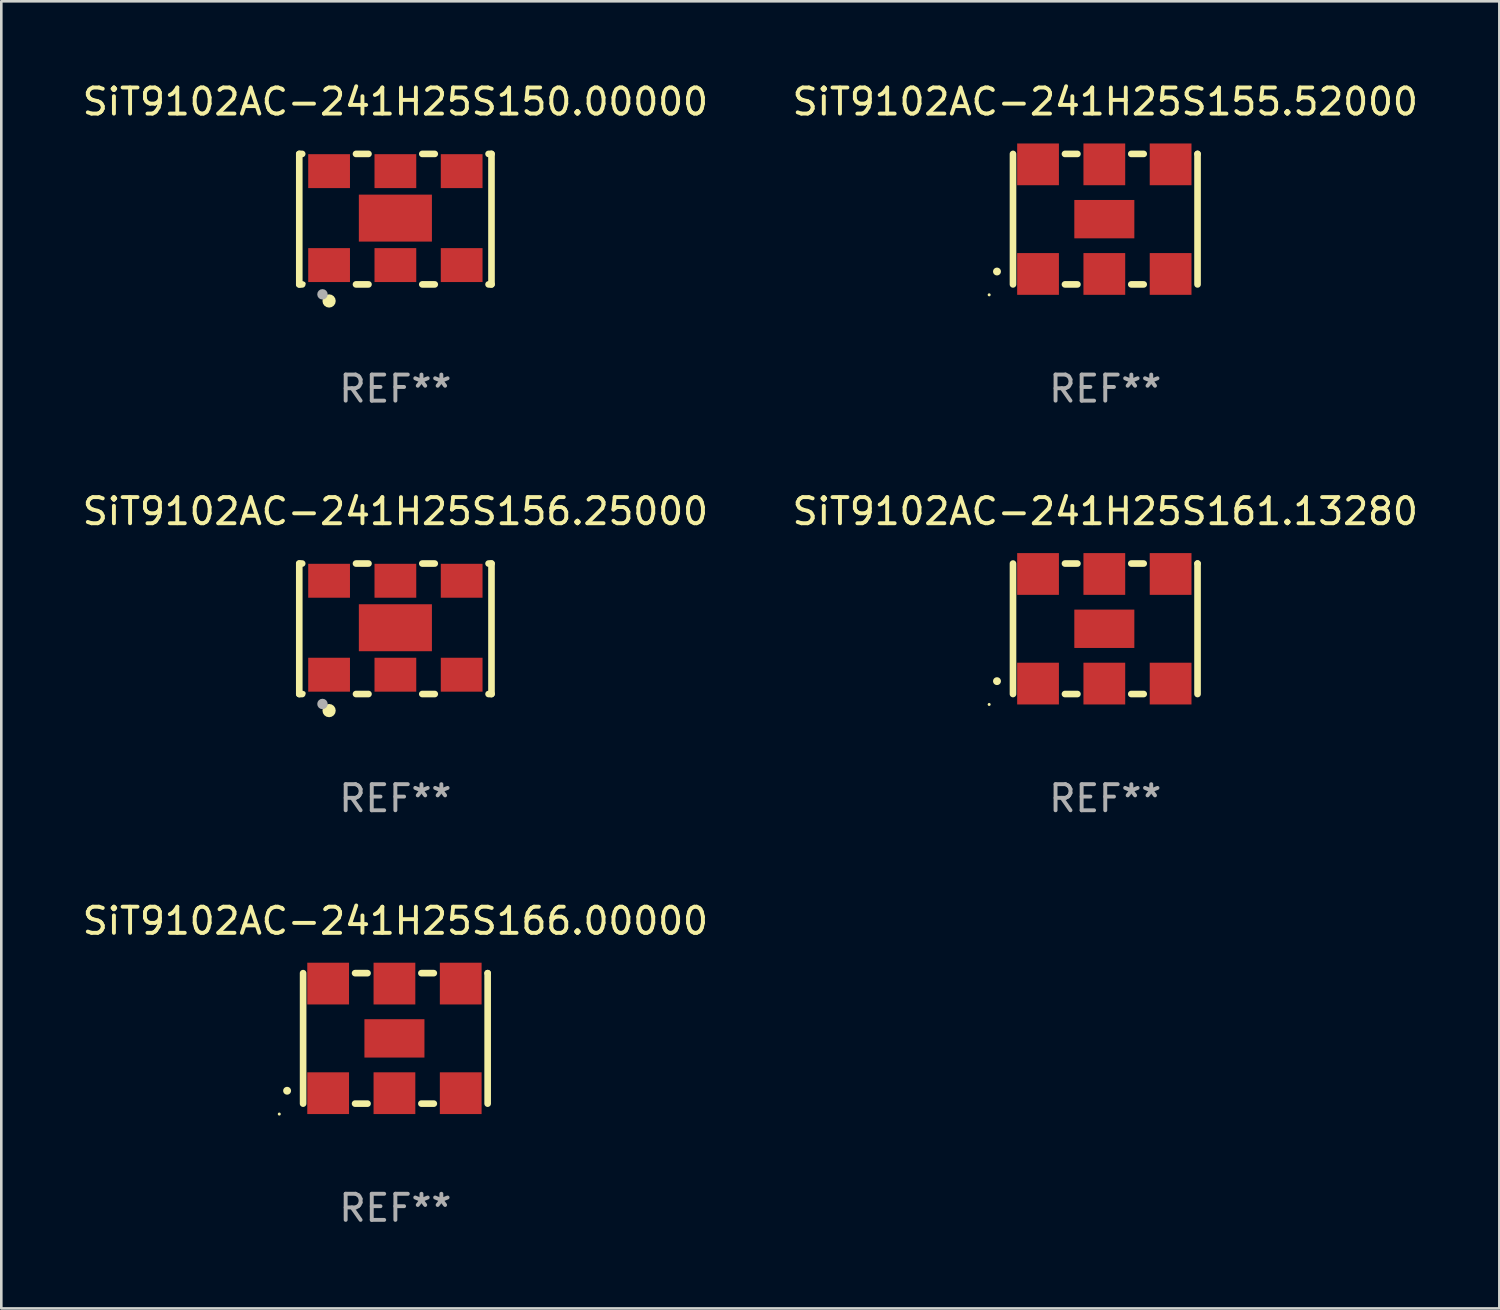
<source format=kicad_pcb>
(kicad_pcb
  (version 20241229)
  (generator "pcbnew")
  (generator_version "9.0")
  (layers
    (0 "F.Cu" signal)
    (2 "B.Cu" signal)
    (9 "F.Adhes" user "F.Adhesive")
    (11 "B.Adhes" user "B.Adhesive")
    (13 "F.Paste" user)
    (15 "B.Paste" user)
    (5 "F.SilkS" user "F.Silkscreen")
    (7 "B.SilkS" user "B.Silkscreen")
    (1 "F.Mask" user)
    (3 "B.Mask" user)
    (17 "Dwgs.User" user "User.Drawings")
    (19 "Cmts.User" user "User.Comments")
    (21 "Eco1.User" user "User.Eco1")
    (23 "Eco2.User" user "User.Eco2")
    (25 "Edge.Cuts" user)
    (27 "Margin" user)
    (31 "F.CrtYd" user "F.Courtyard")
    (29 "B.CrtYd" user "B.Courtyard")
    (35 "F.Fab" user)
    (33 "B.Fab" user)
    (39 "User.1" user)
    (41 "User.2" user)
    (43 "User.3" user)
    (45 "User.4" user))
  (footprint "SiT9102AC-241H25S150.00000"
    (layer "F.Cu")
    (at 12.101 5.348)
    (property "Reference" "SiT9102AC-241H25S150.00000" (at 0 -4.5 0) (layer "F.SilkS") (effects (font (size 1 1) (thickness 0.15))))
    (attr through_hole)
    (fp_line (start -3.683 -2.5) (end -3.571 -2.5) (stroke (width 0.254) (type solid)) (layer "F.SilkS"))
    (fp_line (start -3.683 2.5) (end -3.683 -2.5) (stroke (width 0.254) (type solid)) (layer "F.SilkS"))
    (fp_line (start -3.683 2.5) (end -3.571 2.5) (stroke (width 0.254) (type solid)) (layer "F.SilkS"))
    (fp_line (start -1.509 -2.5) (end -1.031 -2.5) (stroke (width 0.254) (type solid)) (layer "F.SilkS"))
    (fp_line (start -1.509 2.5) (end -1.031 2.5) (stroke (width 0.254) (type solid)) (layer "F.SilkS"))
    (fp_line (start 1.031 -2.5) (end 1.509 -2.5) (stroke (width 0.254) (type solid)) (layer "F.SilkS"))
    (fp_line (start 1.031 2.5) (end 1.509 2.5) (stroke (width 0.254) (type solid)) (layer "F.SilkS"))
    (fp_line (start 3.571 -2.5) (end 3.683 -2.5) (stroke (width 0.254) (type solid)) (layer "F.SilkS"))
    (fp_line (start 3.571 2.5) (end 3.683 2.5) (stroke (width 0.254) (type solid)) (layer "F.SilkS"))
    (fp_line (start 3.683 2.5) (end 3.683 -2.5) (stroke (width 0.254) (type solid)) (layer "F.SilkS"))
    (fp_circle (center -3.5 2.46) (end -3.47 2.46) (stroke (width 0.06) (type solid)) (fill no) (layer "F.SilkS"))
    (fp_circle (center -2.54 3.135) (end -2.413 3.135) (stroke (width 0.254) (type solid)) (fill no) (layer "F.SilkS"))
    (fp_circle (center -2.794 2.881) (end -2.694 2.881) (stroke (width 0.2) (type solid)) (fill no) (layer "F.Fab"))
    (fp_text user "REF**" (at 0 6.5 0) (layer "F.Fab") (effects (font (size 1 1) (thickness 0.15))))
    (pad "1" smd rect (at -2.54 1.76) (size 1.6 1.3) (layers "F.Cu" "F.Mask" "F.Paste"))
    (pad "2" smd rect (at 0 1.76) (size 1.6 1.3) (layers "F.Cu" "F.Mask" "F.Paste"))
    (pad "3" smd rect (at 2.54 1.76) (size 1.6 1.3) (layers "F.Cu" "F.Mask" "F.Paste"))
    (pad "4" smd rect (at 2.54 -1.84) (size 1.6 1.3) (layers "F.Cu" "F.Mask" "F.Paste"))
    (pad "5" smd rect (at 0 -1.84) (size 1.6 1.3) (layers "F.Cu" "F.Mask" "F.Paste"))
    (pad "6" smd rect (at -2.54 -1.84) (size 1.6 1.3) (layers "F.Cu" "F.Mask" "F.Paste"))
    (pad "7" smd rect (at 0 -0.04) (size 2.8 1.8) (layers "F.Cu" "F.Mask" "F.Paste")))
  (footprint "SiT9102AC-241H25S156.25000"
    (layer "F.Cu")
    (at 12.101 21.045)
    (property "Reference" "SiT9102AC-241H25S156.25000" (at 0 -4.5 0) (layer "F.SilkS") (effects (font (size 1 1) (thickness 0.15))))
    (attr through_hole)
    (fp_line (start -3.683 -2.5) (end -3.571 -2.5) (stroke (width 0.254) (type solid)) (layer "F.SilkS"))
    (fp_line (start -3.683 2.5) (end -3.683 -2.5) (stroke (width 0.254) (type solid)) (layer "F.SilkS"))
    (fp_line (start -3.683 2.5) (end -3.571 2.5) (stroke (width 0.254) (type solid)) (layer "F.SilkS"))
    (fp_line (start -1.509 -2.5) (end -1.031 -2.5) (stroke (width 0.254) (type solid)) (layer "F.SilkS"))
    (fp_line (start -1.509 2.5) (end -1.031 2.5) (stroke (width 0.254) (type solid)) (layer "F.SilkS"))
    (fp_line (start 1.031 -2.5) (end 1.509 -2.5) (stroke (width 0.254) (type solid)) (layer "F.SilkS"))
    (fp_line (start 1.031 2.5) (end 1.509 2.5) (stroke (width 0.254) (type solid)) (layer "F.SilkS"))
    (fp_line (start 3.571 -2.5) (end 3.683 -2.5) (stroke (width 0.254) (type solid)) (layer "F.SilkS"))
    (fp_line (start 3.571 2.5) (end 3.683 2.5) (stroke (width 0.254) (type solid)) (layer "F.SilkS"))
    (fp_line (start 3.683 2.5) (end 3.683 -2.5) (stroke (width 0.254) (type solid)) (layer "F.SilkS"))
    (fp_circle (center -3.5 2.46) (end -3.47 2.46) (stroke (width 0.06) (type solid)) (fill no) (layer "F.SilkS"))
    (fp_circle (center -2.54 3.135) (end -2.413 3.135) (stroke (width 0.254) (type solid)) (fill no) (layer "F.SilkS"))
    (fp_circle (center -2.794 2.881) (end -2.694 2.881) (stroke (width 0.2) (type solid)) (fill no) (layer "F.Fab"))
    (fp_text user "REF**" (at 0 6.5 0) (layer "F.Fab") (effects (font (size 1 1) (thickness 0.15))))
    (pad "1" smd rect (at -2.54 1.76) (size 1.6 1.3) (layers "F.Cu" "F.Mask" "F.Paste"))
    (pad "2" smd rect (at 0 1.76) (size 1.6 1.3) (layers "F.Cu" "F.Mask" "F.Paste"))
    (pad "3" smd rect (at 2.54 1.76) (size 1.6 1.3) (layers "F.Cu" "F.Mask" "F.Paste"))
    (pad "4" smd rect (at 2.54 -1.84) (size 1.6 1.3) (layers "F.Cu" "F.Mask" "F.Paste"))
    (pad "5" smd rect (at 0 -1.84) (size 1.6 1.3) (layers "F.Cu" "F.Mask" "F.Paste"))
    (pad "6" smd rect (at -2.54 -1.84) (size 1.6 1.3) (layers "F.Cu" "F.Mask" "F.Paste"))
    (pad "7" smd rect (at 0 -0.04) (size 2.8 1.8) (layers "F.Cu" "F.Mask" "F.Paste")))
  (footprint "SiT9102AC-241H25S166.00000"
    (layer "F.Cu")
    (at 12.101 36.741)
    (property "Reference" "SiT9102AC-241H25S166.00000" (at 0 -4.5 0) (layer "F.SilkS") (effects (font (size 1 1) (thickness 0.15))))
    (attr through_hole)
    (fp_line (start -3.536 -2.5) (end -3.536 2.5) (stroke (width 0.254) (type solid)) (layer "F.SilkS"))
    (fp_line (start -1.544 2.5) (end -1.067 2.5) (stroke (width 0.254) (type solid)) (layer "F.SilkS"))
    (fp_line (start -1.067 -2.5) (end -1.544 -2.5) (stroke (width 0.254) (type solid)) (layer "F.SilkS"))
    (fp_line (start 0.996 2.5) (end 1.473 2.5) (stroke (width 0.254) (type solid)) (layer "F.SilkS"))
    (fp_line (start 1.473 -2.5) (end 0.996 -2.5) (stroke (width 0.254) (type solid)) (layer "F.SilkS"))
    (fp_line (start 3.536 -2.5) (end 3.536 -2.5) (stroke (width 0.254) (type solid)) (layer "F.SilkS"))
    (fp_line (start 3.536 2.5) (end 3.536 -2.5) (stroke (width 0.254) (type solid)) (layer "F.SilkS"))
    (fp_arc (start -4.150432 2.006604) (mid -4.149162 2.006599) (end -4.147892 2.006604) (stroke (width 0.3) (type solid)) (layer "F.SilkS"))
    (fp_circle (center -4.449 2.9) (end -4.419 2.9) (stroke (width 0.06) (type solid)) (fill no) (layer "F.SilkS"))
    (fp_text user "REF**" (at 0 6.5 0) (layer "F.Fab") (effects (font (size 1 1) (thickness 0.15))))
    (pad "1" smd rect (at -2.576 2.1) (size 1.6 1.6) (layers "F.Cu" "F.Mask" "F.Paste"))
    (pad "2" smd rect (at -0.036 2.1) (size 1.6 1.6) (layers "F.Cu" "F.Mask" "F.Paste"))
    (pad "3" smd rect (at 2.504 2.1) (size 1.6 1.6) (layers "F.Cu" "F.Mask" "F.Paste"))
    (pad "4" smd rect (at 2.504 -2.1) (size 1.6 1.6) (layers "F.Cu" "F.Mask" "F.Paste"))
    (pad "5" smd rect (at -0.036 -2.1) (size 1.6 1.6) (layers "F.Cu" "F.Mask" "F.Paste"))
    (pad "6" smd rect (at -2.576 -2.1) (size 1.6 1.6) (layers "F.Cu" "F.Mask" "F.Paste"))
    (pad "7" smd rect (at -0.036 0) (size 2.3 1.47) (layers "F.Cu" "F.Mask" "F.Paste")))
  (footprint "SiT9102AC-241H25S155.52000"
    (layer "F.Cu")
    (at 39.304 5.348)
    (property "Reference" "SiT9102AC-241H25S155.52000" (at 0 -4.5 0) (layer "F.SilkS") (effects (font (size 1 1) (thickness 0.15))))
    (attr through_hole)
    (fp_line (start -3.536 -2.5) (end -3.536 2.5) (stroke (width 0.254) (type solid)) (layer "F.SilkS"))
    (fp_line (start -1.544 2.5) (end -1.067 2.5) (stroke (width 0.254) (type solid)) (layer "F.SilkS"))
    (fp_line (start -1.067 -2.5) (end -1.544 -2.5) (stroke (width 0.254) (type solid)) (layer "F.SilkS"))
    (fp_line (start 0.996 2.5) (end 1.473 2.5) (stroke (width 0.254) (type solid)) (layer "F.SilkS"))
    (fp_line (start 1.473 -2.5) (end 0.996 -2.5) (stroke (width 0.254) (type solid)) (layer "F.SilkS"))
    (fp_line (start 3.536 -2.5) (end 3.536 -2.5) (stroke (width 0.254) (type solid)) (layer "F.SilkS"))
    (fp_line (start 3.536 2.5) (end 3.536 -2.5) (stroke (width 0.254) (type solid)) (layer "F.SilkS"))
    (fp_arc (start -4.150432 2.006604) (mid -4.149162 2.006599) (end -4.147892 2.006604) (stroke (width 0.3) (type solid)) (layer "F.SilkS"))
    (fp_circle (center -4.449 2.9) (end -4.419 2.9) (stroke (width 0.06) (type solid)) (fill no) (layer "F.SilkS"))
    (fp_text user "REF**" (at 0 6.5 0) (layer "F.Fab") (effects (font (size 1 1) (thickness 0.15))))
    (pad "1" smd rect (at -2.576 2.1) (size 1.6 1.6) (layers "F.Cu" "F.Mask" "F.Paste"))
    (pad "2" smd rect (at -0.036 2.1) (size 1.6 1.6) (layers "F.Cu" "F.Mask" "F.Paste"))
    (pad "3" smd rect (at 2.504 2.1) (size 1.6 1.6) (layers "F.Cu" "F.Mask" "F.Paste"))
    (pad "4" smd rect (at 2.504 -2.1) (size 1.6 1.6) (layers "F.Cu" "F.Mask" "F.Paste"))
    (pad "5" smd rect (at -0.036 -2.1) (size 1.6 1.6) (layers "F.Cu" "F.Mask" "F.Paste"))
    (pad "6" smd rect (at -2.576 -2.1) (size 1.6 1.6) (layers "F.Cu" "F.Mask" "F.Paste"))
    (pad "7" smd rect (at -0.036 0) (size 2.3 1.47) (layers "F.Cu" "F.Mask" "F.Paste")))
  (footprint "SiT9102AC-241H25S161.13280"
    (layer "F.Cu")
    (at 39.304 21.045)
    (property "Reference" "SiT9102AC-241H25S161.13280" (at 0 -4.5 0) (layer "F.SilkS") (effects (font (size 1 1) (thickness 0.15))))
    (attr through_hole)
    (fp_line (start -3.536 -2.5) (end -3.536 2.5) (stroke (width 0.254) (type solid)) (layer "F.SilkS"))
    (fp_line (start -1.544 2.5) (end -1.067 2.5) (stroke (width 0.254) (type solid)) (layer "F.SilkS"))
    (fp_line (start -1.067 -2.5) (end -1.544 -2.5) (stroke (width 0.254) (type solid)) (layer "F.SilkS"))
    (fp_line (start 0.996 2.5) (end 1.473 2.5) (stroke (width 0.254) (type solid)) (layer "F.SilkS"))
    (fp_line (start 1.473 -2.5) (end 0.996 -2.5) (stroke (width 0.254) (type solid)) (layer "F.SilkS"))
    (fp_line (start 3.536 -2.5) (end 3.536 -2.5) (stroke (width 0.254) (type solid)) (layer "F.SilkS"))
    (fp_line (start 3.536 2.5) (end 3.536 -2.5) (stroke (width 0.254) (type solid)) (layer "F.SilkS"))
    (fp_arc (start -4.150432 2.006604) (mid -4.149162 2.006599) (end -4.147892 2.006604) (stroke (width 0.3) (type solid)) (layer "F.SilkS"))
    (fp_circle (center -4.449 2.9) (end -4.419 2.9) (stroke (width 0.06) (type solid)) (fill no) (layer "F.SilkS"))
    (fp_text user "REF**" (at 0 6.5 0) (layer "F.Fab") (effects (font (size 1 1) (thickness 0.15))))
    (pad "1" smd rect (at -2.576 2.1) (size 1.6 1.6) (layers "F.Cu" "F.Mask" "F.Paste"))
    (pad "2" smd rect (at -0.036 2.1) (size 1.6 1.6) (layers "F.Cu" "F.Mask" "F.Paste"))
    (pad "3" smd rect (at 2.504 2.1) (size 1.6 1.6) (layers "F.Cu" "F.Mask" "F.Paste"))
    (pad "4" smd rect (at 2.504 -2.1) (size 1.6 1.6) (layers "F.Cu" "F.Mask" "F.Paste"))
    (pad "5" smd rect (at -0.036 -2.1) (size 1.6 1.6) (layers "F.Cu" "F.Mask" "F.Paste"))
    (pad "6" smd rect (at -2.576 -2.1) (size 1.6 1.6) (layers "F.Cu" "F.Mask" "F.Paste"))
    (pad "7" smd rect (at -0.036 0) (size 2.3 1.47) (layers "F.Cu" "F.Mask" "F.Paste")))
  (gr_rect
    (start -3 -3)
    (end 54.405 47.09)
    (stroke (width 0.1) (type default))
    (fill no)
    (layer "Edge.Cuts")))
</source>
